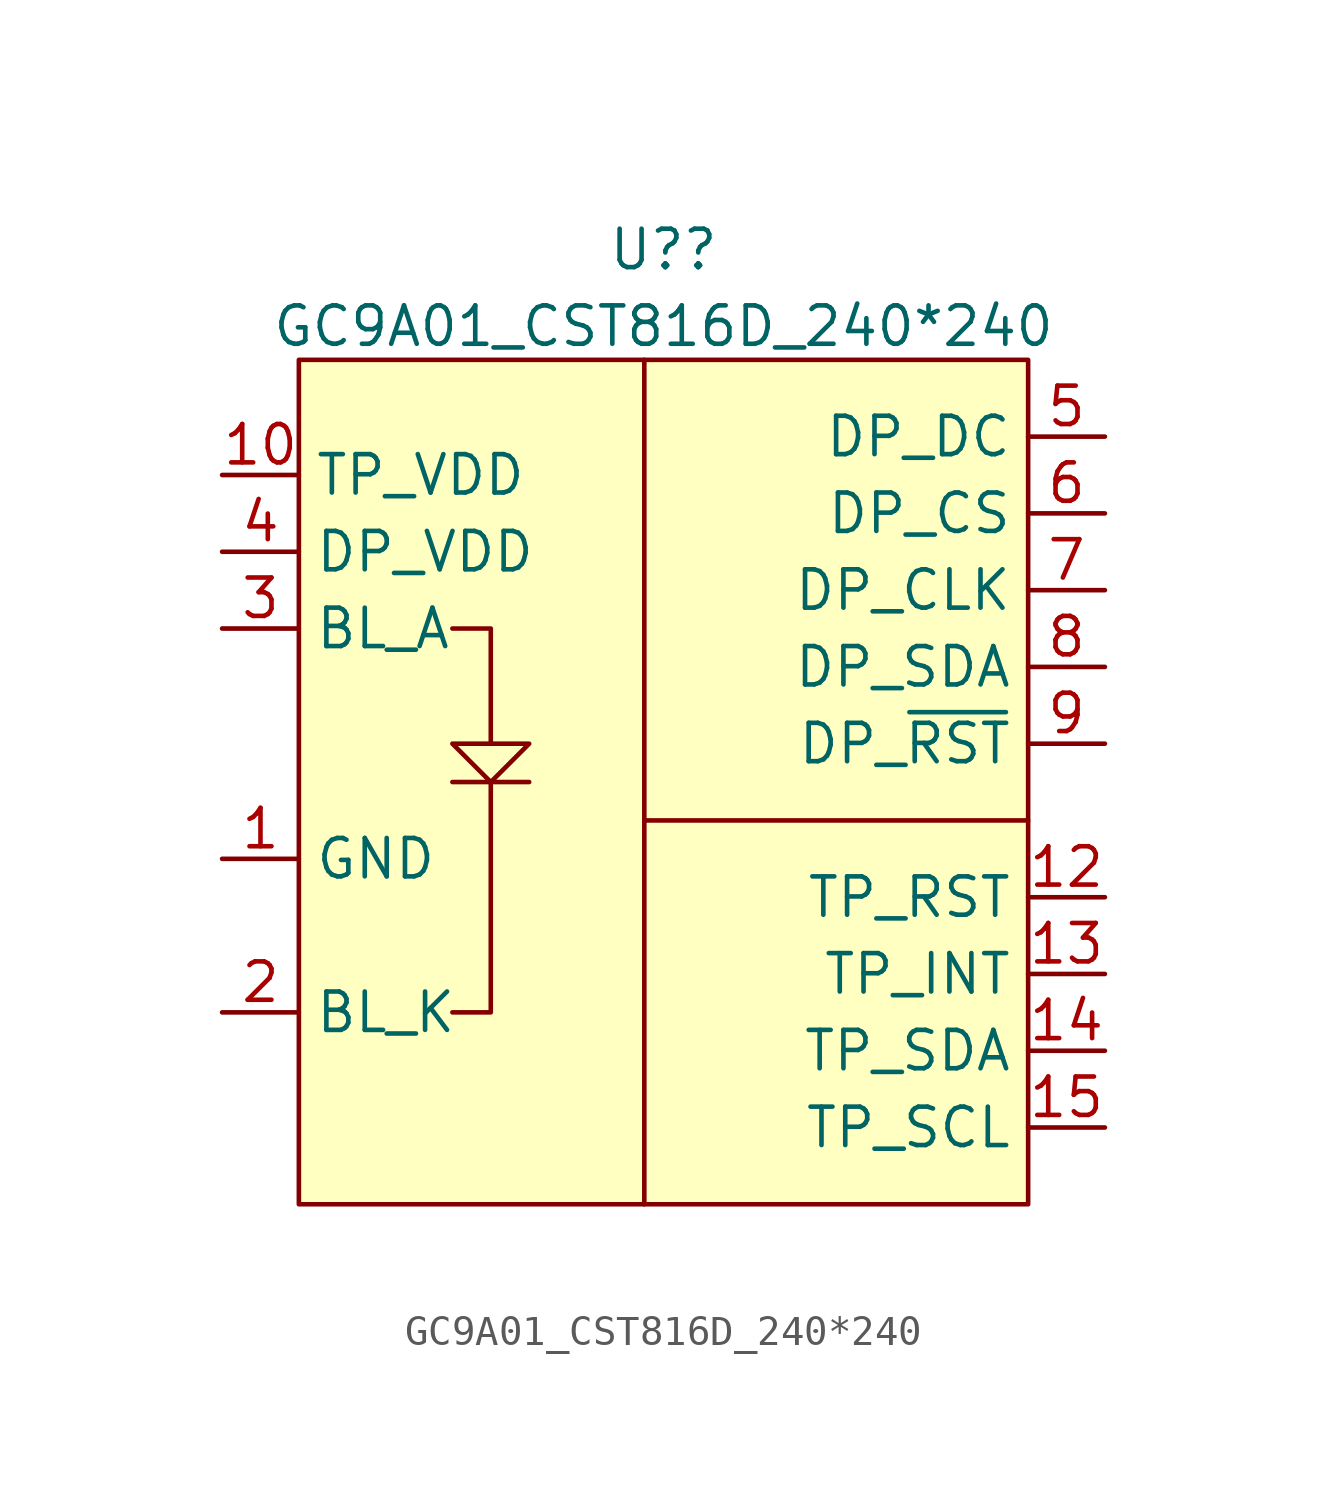
<source format=kicad_sym>
(kicad_symbol_lib
  (version 20211014)
  (generator kicad_symbol_editor)
  (symbol "GC9A01_CST816D_240*240"
    (property "Reference" "U?"
      (at 0.635 3.649 0)
      (effects (font (size 1.27 1.27))))
    (property "Value" "GC9A01_CST816D_240*240"
      (at 0.635 1.112 0)
      (effects (font (size 1.27 1.27))))
    (symbol "GC9A01_CST816D_240*240_0_0"
      (pin passive line (at -13.97 -16.51 0) (length 2.54) (name "GND" (effects (font (size 1.27 1.27)))) (number "1" (effects (font (size 1.27 1.27)))))
      (pin power_in line (at -13.97 -3.81 0) (length 2.54) (name "TP_VDD" (effects (font (size 1.27 1.27)))) (number "10" (effects (font (size 1.27 1.27)))))
      (pin passive line (at -13.97 -16.51 0) (length 2.54) hide (name "GND" (effects (font (size 1.27 1.27)))) (number "11" (effects (font (size 1.27 1.27)))))
      (pin input line (at 15.24 -17.78 180) (length 2.54) (name "TP_RST" (effects (font (size 1.27 1.27)))) (number "12" (effects (font (size 1.27 1.27)))))
      (pin input line (at 15.24 -20.32 180) (length 2.54) (name "TP_INT" (effects (font (size 1.27 1.27)))) (number "13" (effects (font (size 1.27 1.27)))))
      (pin bidirectional line (at 15.24 -22.86 180) (length 2.54) (name "TP_SDA" (effects (font (size 1.27 1.27)))) (number "14" (effects (font (size 1.27 1.27)))))
      (pin input line (at 15.24 -25.4 180) (length 2.54) (name "TP_SCL" (effects (font (size 1.27 1.27)))) (number "15" (effects (font (size 1.27 1.27)))))
      (pin output line (at -13.97 -21.59 0) (length 2.54) (name "BL_K" (effects (font (size 1.27 1.27)))) (number "2" (effects (font (size 1.27 1.27)))))
      (pin input line (at -13.97 -8.89 0) (length 2.54) (name "BL_A" (effects (font (size 1.27 1.27)))) (number "3" (effects (font (size 1.27 1.27)))))
      (pin power_in line (at -13.97 -6.35 0) (length 2.54) (name "DP_VDD" (effects (font (size 1.27 1.27)))) (number "4" (effects (font (size 1.27 1.27)))))
      (pin input line (at 15.24 -2.54 180) (length 2.54) (name "DP_DC" (effects (font (size 1.27 1.27)))) (number "5" (effects (font (size 1.27 1.27)))))
      (pin input line (at 15.24 -5.08 180) (length 2.54) (name "DP_CS" (effects (font (size 1.27 1.27)))) (number "6" (effects (font (size 1.27 1.27)))))
      (pin input line (at 15.24 -7.62 180) (length 2.54) (name "DP_CLK" (effects (font (size 1.27 1.27)))) (number "7" (effects (font (size 1.27 1.27)))))
      (pin input line (at 15.24 -10.16 180) (length 2.54) (name "DP_SDA" (effects (font (size 1.27 1.27)))) (number "8" (effects (font (size 1.27 1.27)))))
      (pin input line (at 15.24 -12.7 180) (length 2.54) (name "DP_~{RST}" (effects (font (size 1.27 1.27)))) (number "9" (effects (font (size 1.27 1.27)))))
      (pin passive line (at -13.97 -16.51 0) (length 2.54) hide (name "MP" (effects (font (size 1.27 1.27)))) (number "MP" (effects (font (size 1.27 1.27))))))
    (symbol "GC9A01_CST816D_240*240_0_1"
      (rectangle (start -11.43 0) (end 12.7 -27.94) (stroke (width 0.152) (type default) (color 0 0 0 0)) (fill (type background)))
      (polyline (pts (xy -6.35 -13.97) (xy -3.81 -13.97)) (stroke (width 0.152) (type default) (color 0 0 0 0)) (fill (type none)))
      (polyline (pts (xy 0 -15.24) (xy 0 -27.94)) (stroke (width 0.152) (type default) (color 0 0 0 0)) (fill (type none)))
      (polyline (pts (xy -6.35 -8.89) (xy -5.08 -8.89) (xy -5.08 -12.7)) (stroke (width 0.152) (type default) (color 0 0 0 0)) (fill (type none)))
      (polyline (pts (xy -5.08 -13.97) (xy -5.08 -21.59) (xy -6.35 -21.59)) (stroke (width 0.152) (type default) (color 0 0 0 0)) (fill (type none)))
      (polyline (pts (xy 0 0) (xy 0 -15.24) (xy 12.7 -15.24)) (stroke (width 0.152) (type default) (color 0 0 0 0)) (fill (type none)))
      (polyline (pts (xy -6.35 -12.7) (xy -5.08 -13.97) (xy -3.81 -12.7) (xy -6.35 -12.7)) (stroke (width 0.152) (type default) (color 0 0 0 0)) (fill (type none))))))
</source>
